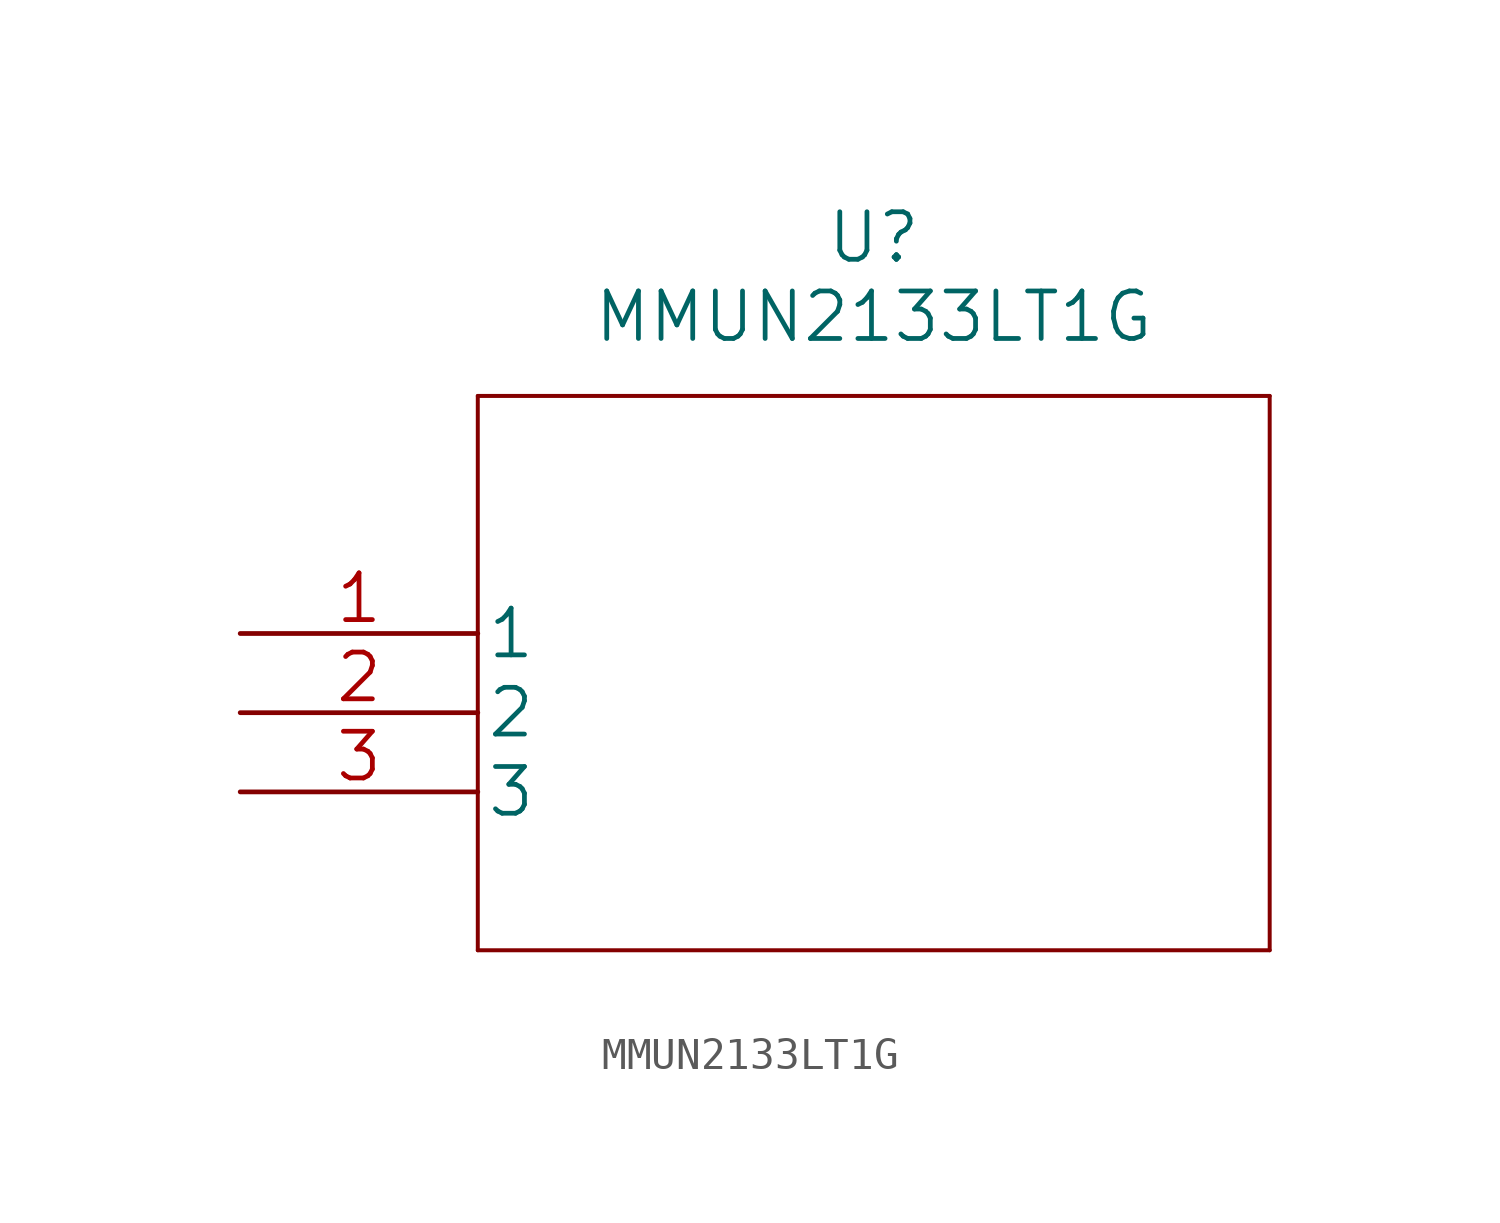
<source format=kicad_sym>
(kicad_symbol_lib
  (version 20211014)
  (generator kicad_symbol_editor)
  (symbol "MMUN2133LT1G"
    (pin_names
      (offset 0.254))
    (property "Reference" "U"
      (at 20.32 12.7 0)
      (effects (font (size 1.524 1.524))))
    (property "Value" "MMUN2133LT1G"
      (at 20.32 10.16 0)
      (effects (font (size 1.524 1.524))))
    (property "Datasheet" ""
      (at 0 0 0)
      (effects (font (size 1.524 1.524))))
    (symbol "MMUN2133LT1G_1_1"
      (polyline (pts (xy 7.62 -10.16) (xy 33.02 -10.16)) (stroke (width 0.127) (type default) (color 0 0 0 0)) (fill (type none)))
      (polyline (pts (xy 7.62 7.62) (xy 7.62 -10.16)) (stroke (width 0.127) (type default) (color 0 0 0 0)) (fill (type none)))
      (polyline (pts (xy 33.02 -10.16) (xy 33.02 7.62)) (stroke (width 0.127) (type default) (color 0 0 0 0)) (fill (type none)))
      (polyline (pts (xy 33.02 7.62) (xy 7.62 7.62)) (stroke (width 0.127) (type default) (color 0 0 0 0)) (fill (type none)))
      (pin unspecified line (at 0 0 0) (length 7.62) (name "1" (effects (font (size 1.499 1.499)))) (number "1" (effects (font (size 1.499 1.499)))))
      (pin unspecified line (at 0 -2.54 0) (length 7.62) (name "2" (effects (font (size 1.499 1.499)))) (number "2" (effects (font (size 1.499 1.499)))))
      (pin unspecified line (at 0 -5.08 0) (length 7.62) (name "3" (effects (font (size 1.499 1.499)))) (number "3" (effects (font (size 1.499 1.499))))))))
</source>
